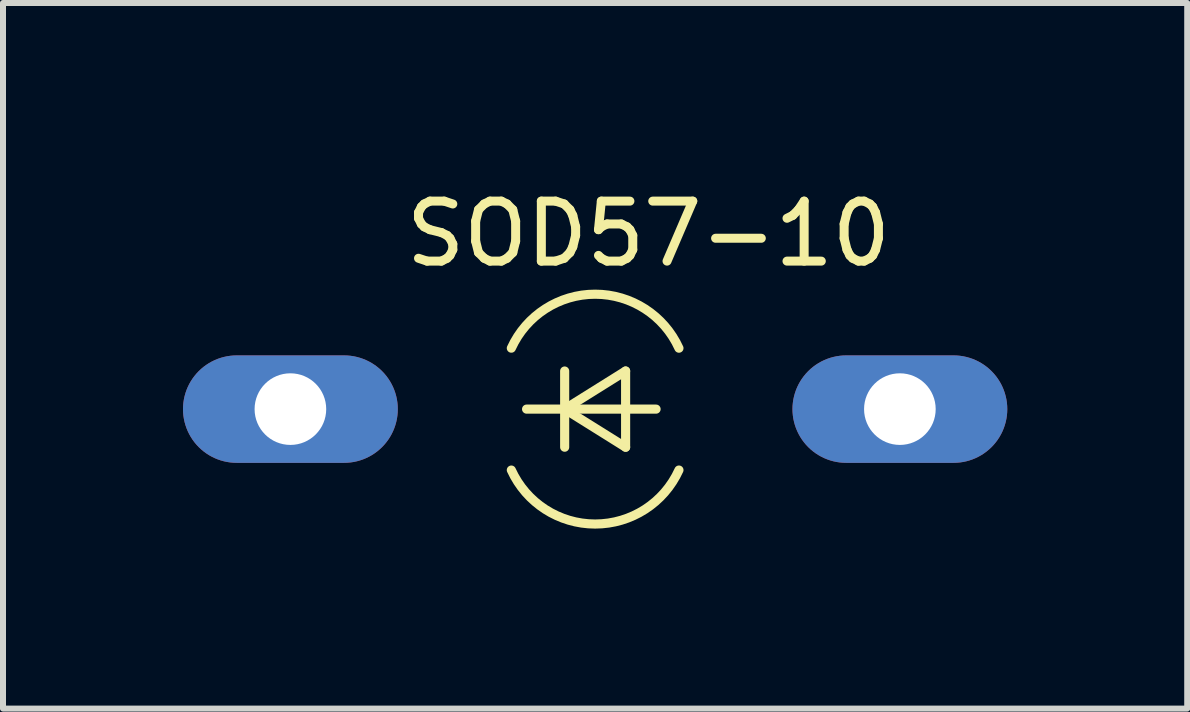
<source format=kicad_pcb>
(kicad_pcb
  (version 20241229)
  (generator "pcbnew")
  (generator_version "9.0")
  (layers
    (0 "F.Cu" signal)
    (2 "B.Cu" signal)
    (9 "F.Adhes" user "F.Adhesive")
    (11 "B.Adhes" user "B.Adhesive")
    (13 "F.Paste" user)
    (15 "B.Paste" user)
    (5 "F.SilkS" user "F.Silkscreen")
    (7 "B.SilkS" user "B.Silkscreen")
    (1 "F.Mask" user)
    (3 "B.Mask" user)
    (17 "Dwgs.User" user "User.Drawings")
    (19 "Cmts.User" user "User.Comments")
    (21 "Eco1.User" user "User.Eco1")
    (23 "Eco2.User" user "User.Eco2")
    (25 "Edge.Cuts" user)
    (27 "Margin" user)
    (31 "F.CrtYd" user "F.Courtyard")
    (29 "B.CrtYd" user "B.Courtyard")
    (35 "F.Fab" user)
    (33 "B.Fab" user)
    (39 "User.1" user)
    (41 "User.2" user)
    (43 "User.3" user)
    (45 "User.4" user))
  (footprint "SOD57-10"
    (layer "F.Cu")
    (at 6.871 3.77)
    (property "Reference" "SOD57-10" (at 0.889 -2.922 0) (layer "F.SilkS") (effects (font (size 1 1) (thickness 0.15))))
    (attr through_hole)
    (fp_line (start -1.143 0) (end -0.508 0) (stroke (width 0.152) (type solid)) (layer "F.SilkS"))
    (fp_line (start -0.508 -0.635) (end -0.508 0) (stroke (width 0.152) (type solid)) (layer "F.SilkS"))
    (fp_line (start -0.508 0) (end -0.508 0.635) (stroke (width 0.152) (type solid)) (layer "F.SilkS"))
    (fp_line (start -0.508 0) (end 0.508 -0.635) (stroke (width 0.152) (type solid)) (layer "F.SilkS"))
    (fp_line (start -0.508 0) (end 1.016 0) (stroke (width 0.152) (type solid)) (layer "F.SilkS"))
    (fp_line (start 0.508 -0.635) (end 0.508 0.635) (stroke (width 0.152) (type solid)) (layer "F.SilkS"))
    (fp_line (start 0.508 0.635) (end -0.508 0) (stroke (width 0.152) (type solid)) (layer "F.SilkS"))
    (fp_arc (start -1.396866 -1.016295) (mid 0.000162 -1.915547) (end 1.397 -1.016) (stroke (width 0.1524) (type solid)) (layer "F.SilkS"))
    (fp_arc (start 1.397 1.016) (mid 0.000162 1.915547) (end -1.396866 1.016295) (stroke (width 0.1524) (type solid)) (layer "F.SilkS"))
    (pad "1" thru_hole oval (at -5.08 0) (size 3.581 1.791) (drill 1.194) (layers "*.Cu" "*.Mask"))
    (pad "2" thru_hole oval (at 5.08 0) (size 3.581 1.791) (drill 1.194) (layers "*.Cu" "*.Mask")))
  (gr_rect
    (start -3 -3)
    (end 16.741 8.762)
    (stroke (width 0.1) (type default))
    (fill no)
    (layer "Edge.Cuts")))
</source>
